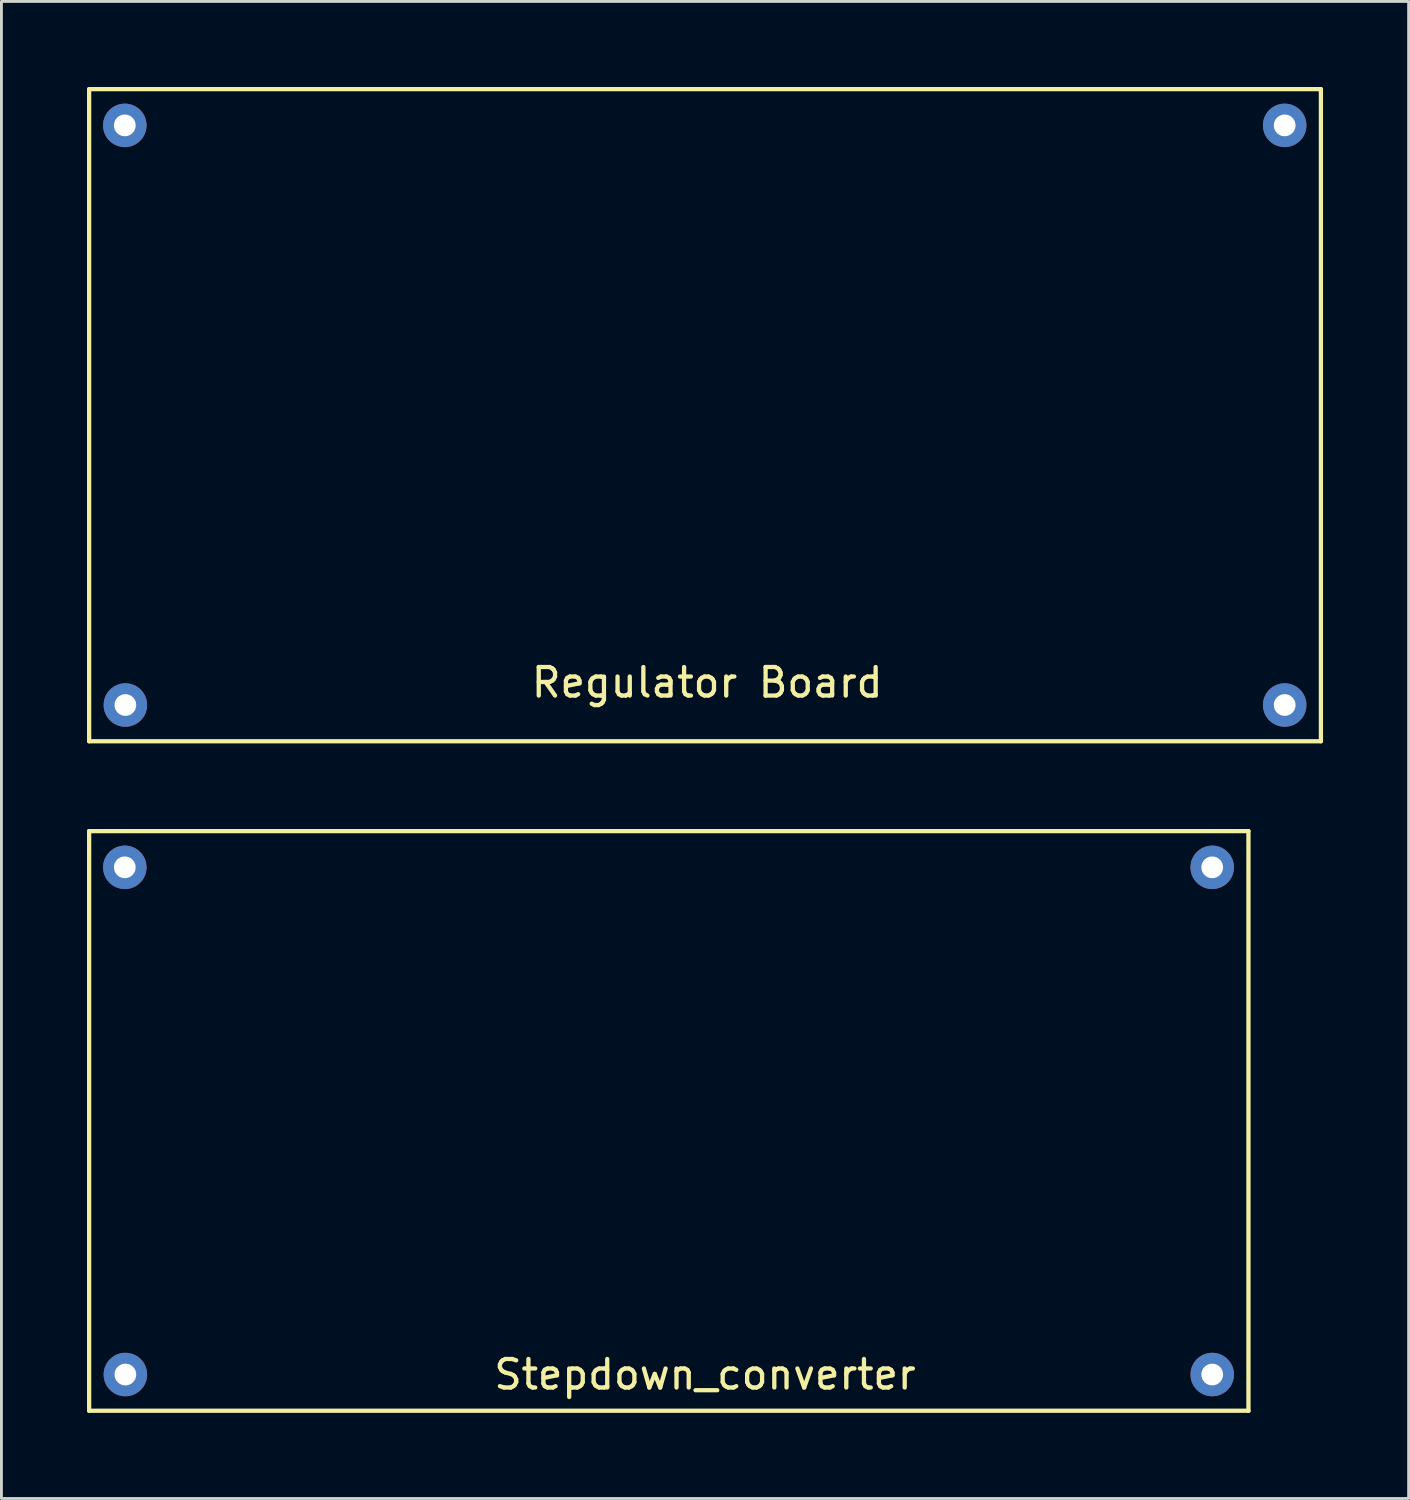
<source format=kicad_pcb>
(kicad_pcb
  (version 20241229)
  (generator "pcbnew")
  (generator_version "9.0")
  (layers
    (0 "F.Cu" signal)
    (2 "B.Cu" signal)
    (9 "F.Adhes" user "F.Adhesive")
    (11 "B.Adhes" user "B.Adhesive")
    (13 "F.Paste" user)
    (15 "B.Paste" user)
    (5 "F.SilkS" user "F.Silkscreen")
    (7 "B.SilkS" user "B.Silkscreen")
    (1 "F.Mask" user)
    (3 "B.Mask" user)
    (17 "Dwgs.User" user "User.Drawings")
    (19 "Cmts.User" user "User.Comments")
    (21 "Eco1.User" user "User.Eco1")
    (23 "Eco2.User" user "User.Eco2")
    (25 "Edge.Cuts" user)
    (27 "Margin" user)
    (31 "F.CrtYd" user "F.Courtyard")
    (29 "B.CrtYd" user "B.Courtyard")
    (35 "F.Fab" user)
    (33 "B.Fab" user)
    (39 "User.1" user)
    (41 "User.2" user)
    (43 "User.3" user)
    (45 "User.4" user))
  (footprint "Stepdown_converter"
    (layer "F.Cu")
    (at 21.665 37.515)
    (property "Reference" "Stepdown_converter" (at 0 7.62 0) (layer "F.SilkS") (effects (font (size 1 1) (thickness 0.15))))
    (attr through_hole)
    (fp_line (start -21.59 -11.43) (end 19.05 -11.43) (stroke (width 0.15) (type solid)) (layer "F.SilkS"))
    (fp_line (start -21.59 8.89) (end -21.59 -11.43) (stroke (width 0.15) (type solid)) (layer "F.SilkS"))
    (fp_line (start 19.05 -11.43) (end 19.05 8.89) (stroke (width 0.15) (type solid)) (layer "F.SilkS"))
    (fp_line (start 19.05 8.89) (end -21.59 8.89) (stroke (width 0.15) (type solid)) (layer "F.SilkS"))
    (pad "1" thru_hole circle (at -20.32 7.62) (size 1.524 1.524) (drill 0.762) (layers "*.Cu" "*.Mask"))
    (pad "1" thru_hole circle (at 17.78 7.62) (size 1.524 1.524) (drill 0.762) (layers "*.Cu" "*.Mask"))
    (pad "2" thru_hole circle (at 17.78 -10.16) (size 1.524 1.524) (drill 0.762) (layers "*.Cu" "*.Mask"))
    (pad "3" thru_hole circle (at -20.34 -10.16) (size 1.524 1.524) (drill 0.762) (layers "*.Cu" "*.Mask")))
  (footprint "Regulator Board"
    (layer "F.Cu")
    (at 21.665 11.505)
    (property "Reference" "Regulator Board" (at 0.076 9.373 0) (layer "F.SilkS") (effects (font (size 1 1) (thickness 0.15))))
    (attr through_hole)
    (fp_line (start -21.59 -11.43) (end 21.59 -11.43) (stroke (width 0.15) (type solid)) (layer "F.SilkS"))
    (fp_line (start -21.59 11.43) (end -21.59 -11.43) (stroke (width 0.15) (type solid)) (layer "F.SilkS"))
    (fp_line (start 21.59 -11.43) (end 21.59 11.43) (stroke (width 0.15) (type solid)) (layer "F.SilkS"))
    (fp_line (start 21.59 11.43) (end -21.59 11.43) (stroke (width 0.15) (type solid)) (layer "F.SilkS"))
    (pad "1" thru_hole circle (at -20.32 10.16) (size 1.524 1.524) (drill 0.762) (layers "*.Cu" "*.Mask"))
    (pad "1" thru_hole circle (at 20.32 10.16) (size 1.524 1.524) (drill 0.762) (layers "*.Cu" "*.Mask"))
    (pad "2" thru_hole circle (at 20.32 -10.16) (size 1.524 1.524) (drill 0.762) (layers "*.Cu" "*.Mask"))
    (pad "3" thru_hole circle (at -20.34 -10.16) (size 1.524 1.524) (drill 0.762) (layers "*.Cu" "*.Mask")))
  (gr_rect
    (start -3 -3)
    (end 46.33 49.48)
    (stroke (width 0.1) (type default))
    (fill no)
    (layer "Edge.Cuts")))
</source>
